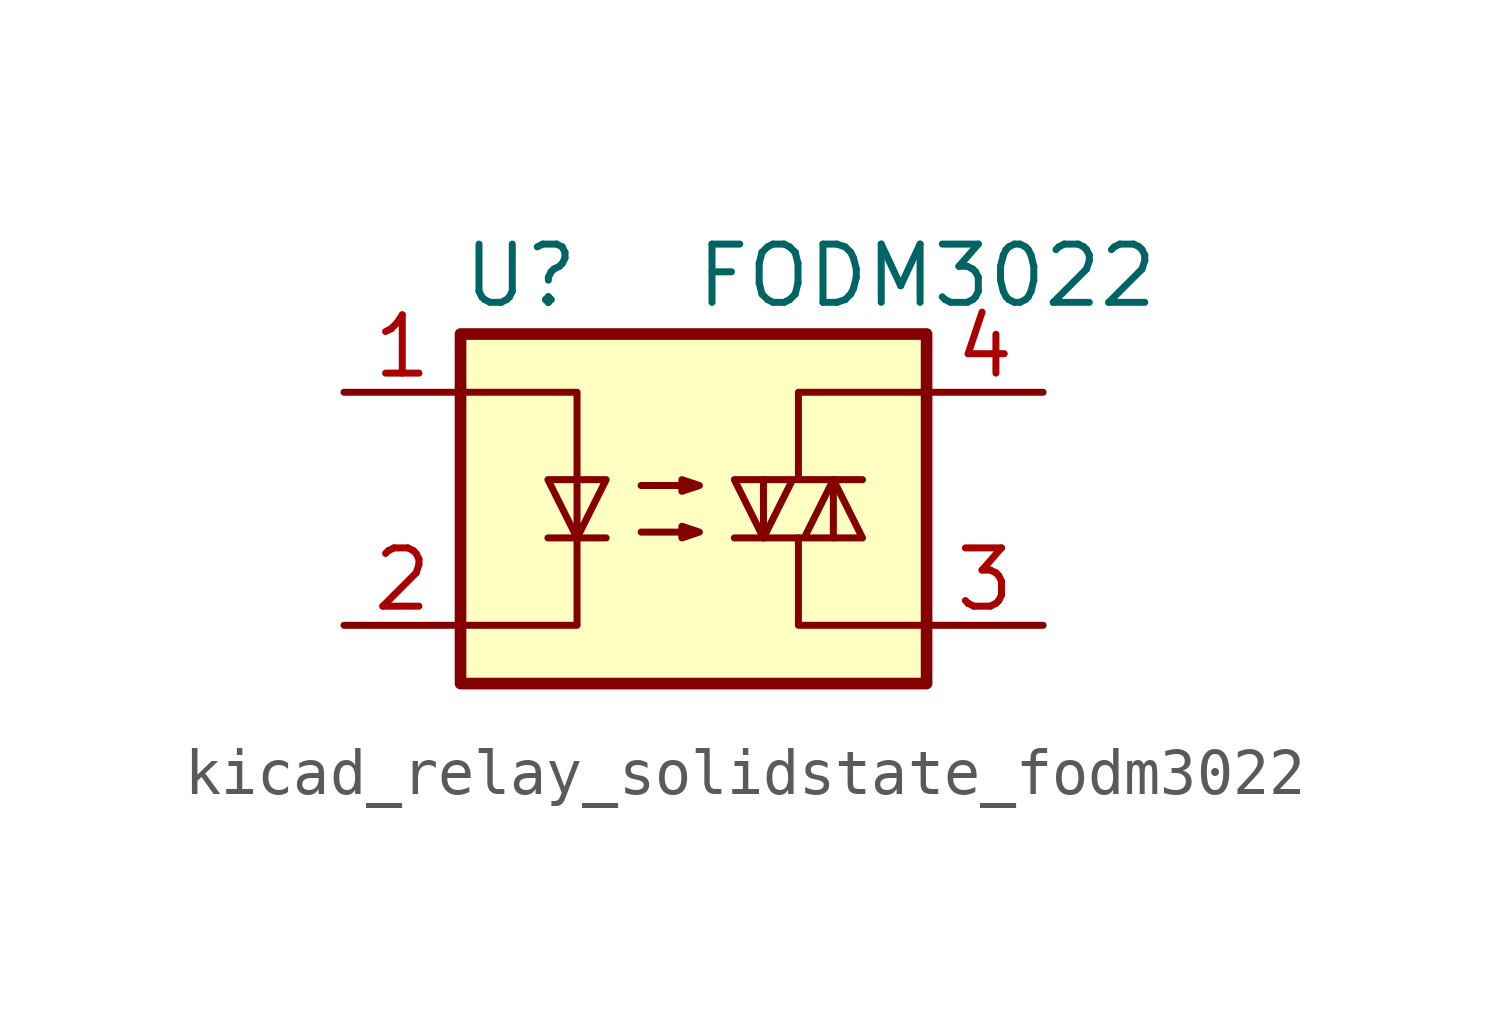
<source format=kicad_sym>
(kicad_symbol_lib
  (version 20220914)
  (generator kicad_symbol_editor)
  (symbol "kicad_relay_solidstate_fodm3022"
    (property "Reference" "U"
      (at -5.08 5.08 0)
      (effects (font (size 1.27 1.27)) (justify left)))
    (property "Value" "FODM3022"
      (at 0 5.08 0)
      (effects (font (size 1.27 1.27)) (justify left)))
    (symbol "kicad_relay_solidstate_fodm3022_0_1"
      (rectangle (start -5.08 3.81) (end 5.08 -3.81) (stroke (width 0.254) (type default)) (fill (type background)))
      (polyline (pts (xy -3.175 -0.635) (xy -1.905 -0.635)) (stroke (width 0) (type default)) (fill (type none)))
      (polyline (pts (xy 1.524 -0.635) (xy 1.524 0.635)) (stroke (width 0) (type default)) (fill (type none)))
      (polyline (pts (xy 3.048 0.635) (xy 3.048 -0.635)) (stroke (width 0) (type default)) (fill (type none)))
      (polyline (pts (xy 2.286 -0.635) (xy 2.286 -2.54) (xy 5.08 -2.54)) (stroke (width 0) (type default)) (fill (type none)))
      (polyline (pts (xy 2.286 0.635) (xy 2.286 2.54) (xy 5.08 2.54)) (stroke (width 0) (type default)) (fill (type none)))
      (polyline (pts (xy -5.08 2.54) (xy -2.54 2.54) (xy -2.54 -2.54) (xy -5.08 -2.54)) (stroke (width 0) (type default)) (fill (type none)))
      (polyline (pts (xy -2.54 -0.635) (xy -3.175 0.635) (xy -1.905 0.635) (xy -2.54 -0.635)) (stroke (width 0) (type default)) (fill (type none)))
      (polyline (pts (xy 0.889 -0.635) (xy 3.683 -0.635) (xy 3.048 0.635) (xy 2.413 -0.635)) (stroke (width 0) (type default)) (fill (type none)))
      (polyline (pts (xy 3.683 0.635) (xy 0.889 0.635) (xy 1.524 -0.635) (xy 2.159 0.635)) (stroke (width 0) (type default)) (fill (type none)))
      (polyline (pts (xy -1.143 -0.508) (xy 0.127 -0.508) (xy -0.254 -0.635) (xy -0.254 -0.381) (xy 0.127 -0.508)) (stroke (width 0) (type default)) (fill (type none)))
      (polyline (pts (xy -1.143 0.508) (xy 0.127 0.508) (xy -0.254 0.381) (xy -0.254 0.635) (xy 0.127 0.508)) (stroke (width 0) (type default)) (fill (type none))))
    (symbol "kicad_relay_solidstate_fodm3022_1_1"
      (pin passive line (at -7.62 2.54 0) (length 2.54) (name "~" (effects (font (size 1.27 1.27)))) (number "1" (effects (font (size 1.27 1.27)))))
      (pin passive line (at -7.62 -2.54 0) (length 2.54) (name "~" (effects (font (size 1.27 1.27)))) (number "2" (effects (font (size 1.27 1.27)))))
      (pin passive line (at 7.62 -2.54 180) (length 2.54) (name "~" (effects (font (size 1.27 1.27)))) (number "3" (effects (font (size 1.27 1.27)))))
      (pin passive line (at 7.62 2.54 180) (length 2.54) (name "~" (effects (font (size 1.27 1.27)))) (number "4" (effects (font (size 1.27 1.27))))))))
</source>
